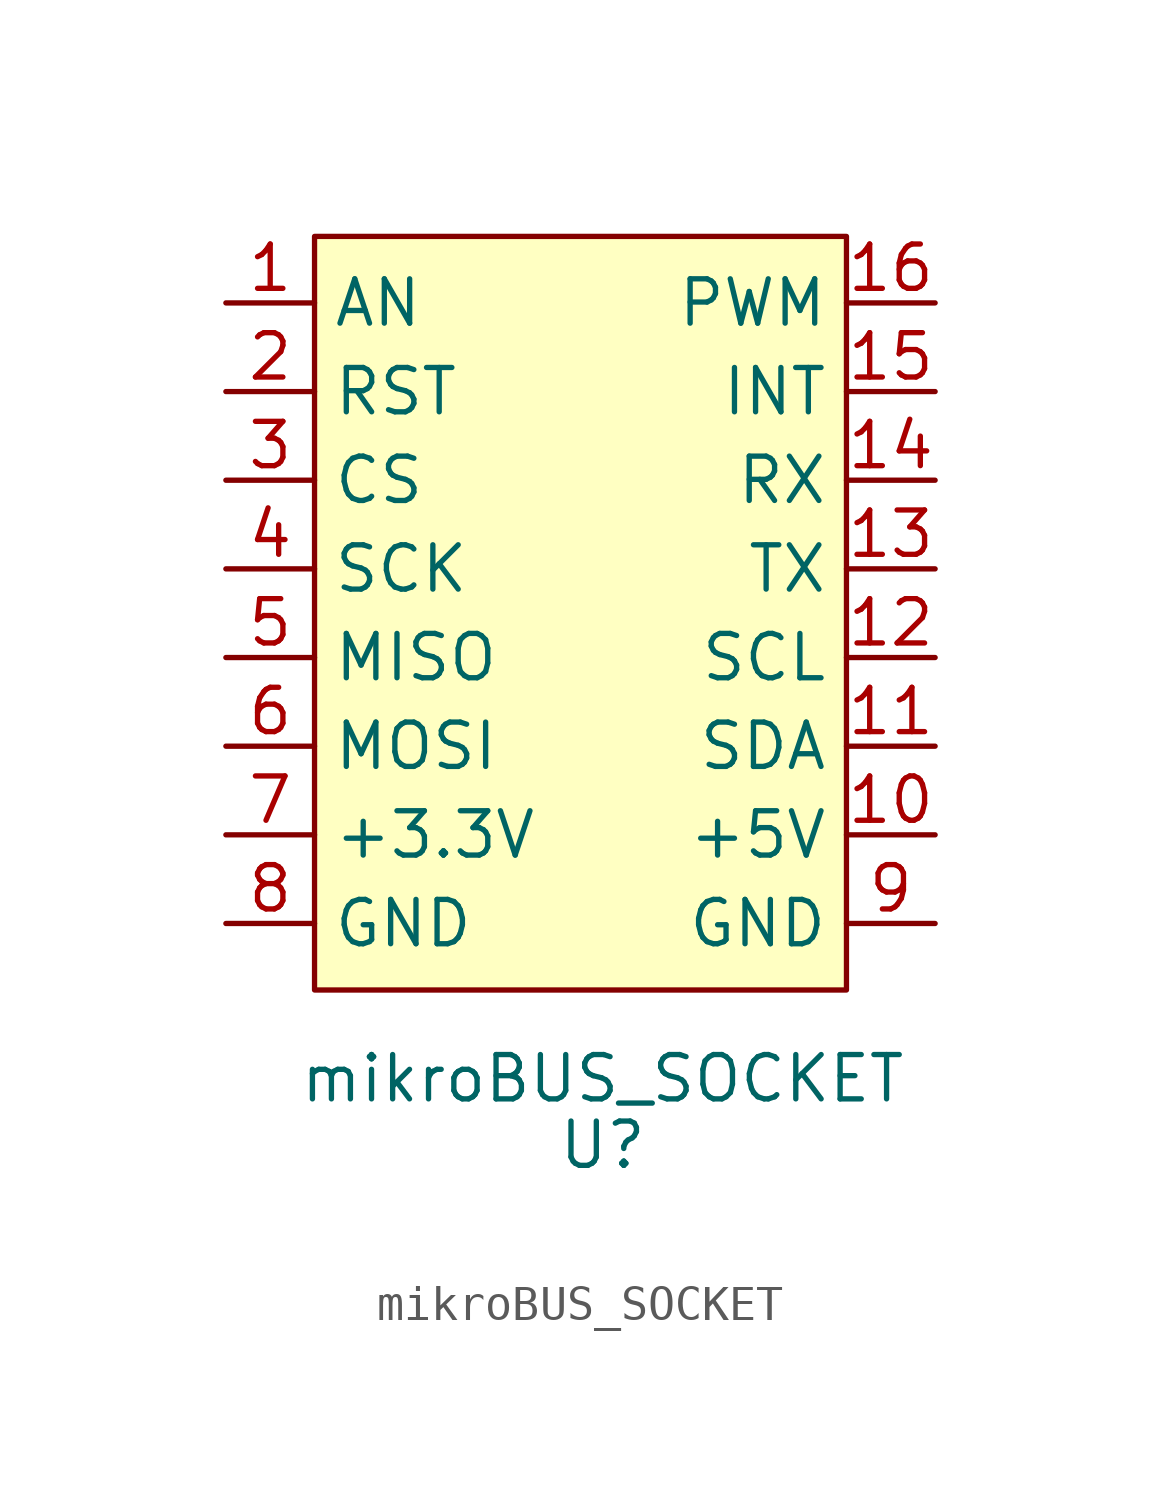
<source format=kicad_sym>
(kicad_symbol_lib
  (version 20211014)
  (generator kicad_symbol_editor)
  (symbol "mikroBUS_SOCKET"
    (property "Reference" "U"
      (at 0 -15.24 0)
      (effects (font (size 1.27 1.27))))
    (property "Value" "mikroBUS_SOCKET"
      (at 0 -13.335 0)
      (effects (font (size 1.27 1.27))))
    (symbol "mikroBUS_SOCKET_0_1"
      (rectangle (start 6.985 -10.795) (end -8.255 10.795) (stroke (width 0.152) (type default) (color 0 0 0 0)) (fill (type background))))
    (symbol "mikroBUS_SOCKET_1_1"
      (pin input line (at -10.795 8.89 0) (length 2.54) (name "AN" (effects (font (size 1.27 1.27)))) (number "1" (effects (font (size 1.27 1.27)))))
      (pin input line (at 9.525 -6.35 180) (length 2.54) (name "+5V" (effects (font (size 1.27 1.27)))) (number "10" (effects (font (size 1.27 1.27)))))
      (pin input line (at 9.525 -3.81 180) (length 2.54) (name "SDA" (effects (font (size 1.27 1.27)))) (number "11" (effects (font (size 1.27 1.27)))))
      (pin input line (at 9.525 -1.27 180) (length 2.54) (name "SCL" (effects (font (size 1.27 1.27)))) (number "12" (effects (font (size 1.27 1.27)))))
      (pin input line (at 9.525 1.27 180) (length 2.54) (name "TX" (effects (font (size 1.27 1.27)))) (number "13" (effects (font (size 1.27 1.27)))))
      (pin input line (at 9.525 3.81 180) (length 2.54) (name "RX" (effects (font (size 1.27 1.27)))) (number "14" (effects (font (size 1.27 1.27)))))
      (pin input line (at 9.525 6.35 180) (length 2.54) (name "INT" (effects (font (size 1.27 1.27)))) (number "15" (effects (font (size 1.27 1.27)))))
      (pin input line (at 9.525 8.89 180) (length 2.54) (name "PWM" (effects (font (size 1.27 1.27)))) (number "16" (effects (font (size 1.27 1.27)))))
      (pin input line (at -10.795 6.35 0) (length 2.54) (name "RST" (effects (font (size 1.27 1.27)))) (number "2" (effects (font (size 1.27 1.27)))))
      (pin input line (at -10.795 3.81 0) (length 2.54) (name "CS" (effects (font (size 1.27 1.27)))) (number "3" (effects (font (size 1.27 1.27)))))
      (pin input line (at -10.795 1.27 0) (length 2.54) (name "SCK" (effects (font (size 1.27 1.27)))) (number "4" (effects (font (size 1.27 1.27)))))
      (pin input line (at -10.795 -1.27 0) (length 2.54) (name "MISO" (effects (font (size 1.27 1.27)))) (number "5" (effects (font (size 1.27 1.27)))))
      (pin input line (at -10.795 -3.81 0) (length 2.54) (name "MOSI" (effects (font (size 1.27 1.27)))) (number "6" (effects (font (size 1.27 1.27)))))
      (pin input line (at -10.795 -6.35 0) (length 2.54) (name "+3.3V" (effects (font (size 1.27 1.27)))) (number "7" (effects (font (size 1.27 1.27)))))
      (pin input line (at -10.795 -8.89 0) (length 2.54) (name "GND" (effects (font (size 1.27 1.27)))) (number "8" (effects (font (size 1.27 1.27)))))
      (pin input line (at 9.525 -8.89 180) (length 2.54) (name "GND" (effects (font (size 1.27 1.27)))) (number "9" (effects (font (size 1.27 1.27))))))))
</source>
